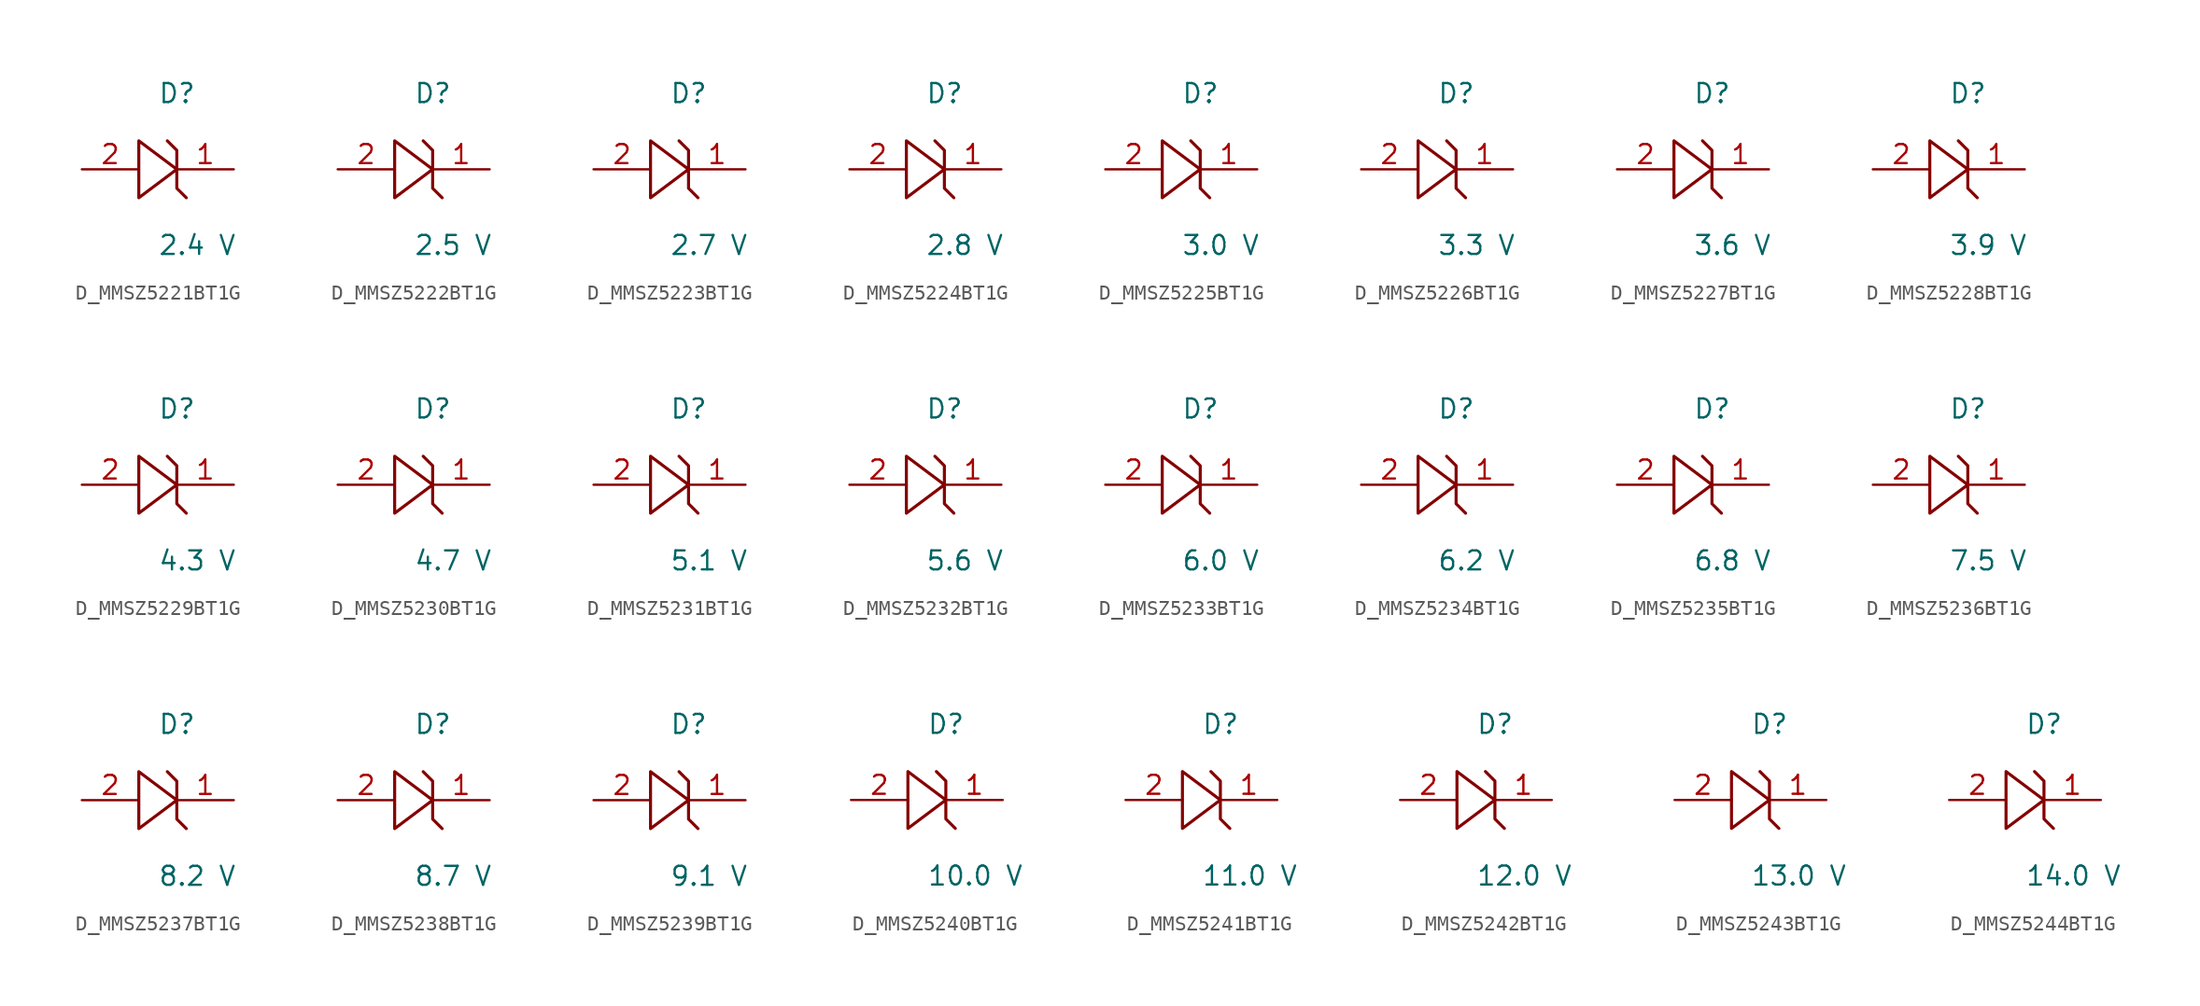
<source format=kicad_sym>
(kicad_symbol_lib
  (version 20231120)
  (generator kicad_symbol_editor)
  (generator_version 8.0)
  (symbol "D_MMSZ5221BT1G"
    (pin_names
      (offset 0.254))
    (property "Reference" "D"
      (at 0.0 5.08 0)
      (effects (font (size 1.27 1.27)) (justify left)))
    (property "Value" "2.4 V"
      (at 0.0 -5.08 0)
      (effects (font (size 1.27 1.27)) (justify left)))
    (symbol "D_MMSZ5221BT1G_1_0"
      (polyline (pts (xy 0.635 1.905) (xy 1.27 1.27) (xy 1.27 0) (xy -1.27 1.905) (xy -1.27 -1.905) (xy 1.27 0) (xy 1.27 -1.27) (xy 1.905 -1.905)) (stroke (width 0.203) (type default)) (fill (type none)))
      (pin unspecified line (at 5.08 0 180) (length 3.81) (name "" (effects (font (size 1.27 1.27)))) (number "1" (effects (font (size 1.27 1.27)))))
      (pin unspecified line (at -5.08 0 0) (length 3.81) (name "" (effects (font (size 1.27 1.27)))) (number "2" (effects (font (size 1.27 1.27)))))))
  (symbol "D_MMSZ5222BT1G"
    (pin_names
      (offset 0.254))
    (property "Reference" "D"
      (at 0.0 5.08 0)
      (effects (font (size 1.27 1.27)) (justify left)))
    (property "Value" "2.5 V"
      (at 0.0 -5.08 0)
      (effects (font (size 1.27 1.27)) (justify left)))
    (symbol "D_MMSZ5222BT1G_1_0"
      (polyline (pts (xy 0.635 1.905) (xy 1.27 1.27) (xy 1.27 0) (xy -1.27 1.905) (xy -1.27 -1.905) (xy 1.27 0) (xy 1.27 -1.27) (xy 1.905 -1.905)) (stroke (width 0.203) (type default)) (fill (type none)))
      (pin unspecified line (at 5.08 0 180) (length 3.81) (name "" (effects (font (size 1.27 1.27)))) (number "1" (effects (font (size 1.27 1.27)))))
      (pin unspecified line (at -5.08 0 0) (length 3.81) (name "" (effects (font (size 1.27 1.27)))) (number "2" (effects (font (size 1.27 1.27)))))))
  (symbol "D_MMSZ5223BT1G"
    (pin_names
      (offset 0.254))
    (property "Reference" "D"
      (at 0.0 5.08 0)
      (effects (font (size 1.27 1.27)) (justify left)))
    (property "Value" "2.7 V"
      (at 0.0 -5.08 0)
      (effects (font (size 1.27 1.27)) (justify left)))
    (symbol "D_MMSZ5223BT1G_1_0"
      (polyline (pts (xy 0.635 1.905) (xy 1.27 1.27) (xy 1.27 0) (xy -1.27 1.905) (xy -1.27 -1.905) (xy 1.27 0) (xy 1.27 -1.27) (xy 1.905 -1.905)) (stroke (width 0.203) (type default)) (fill (type none)))
      (pin unspecified line (at 5.08 0 180) (length 3.81) (name "" (effects (font (size 1.27 1.27)))) (number "1" (effects (font (size 1.27 1.27)))))
      (pin unspecified line (at -5.08 0 0) (length 3.81) (name "" (effects (font (size 1.27 1.27)))) (number "2" (effects (font (size 1.27 1.27)))))))
  (symbol "D_MMSZ5224BT1G"
    (pin_names
      (offset 0.254))
    (property "Reference" "D"
      (at 0.0 5.08 0)
      (effects (font (size 1.27 1.27)) (justify left)))
    (property "Value" "2.8 V"
      (at 0.0 -5.08 0)
      (effects (font (size 1.27 1.27)) (justify left)))
    (symbol "D_MMSZ5224BT1G_1_0"
      (polyline (pts (xy 0.635 1.905) (xy 1.27 1.27) (xy 1.27 0) (xy -1.27 1.905) (xy -1.27 -1.905) (xy 1.27 0) (xy 1.27 -1.27) (xy 1.905 -1.905)) (stroke (width 0.203) (type default)) (fill (type none)))
      (pin unspecified line (at 5.08 0 180) (length 3.81) (name "" (effects (font (size 1.27 1.27)))) (number "1" (effects (font (size 1.27 1.27)))))
      (pin unspecified line (at -5.08 0 0) (length 3.81) (name "" (effects (font (size 1.27 1.27)))) (number "2" (effects (font (size 1.27 1.27)))))))
  (symbol "D_MMSZ5225BT1G"
    (pin_names
      (offset 0.254))
    (property "Reference" "D"
      (at 0.0 5.08 0)
      (effects (font (size 1.27 1.27)) (justify left)))
    (property "Value" "3.0 V"
      (at 0.0 -5.08 0)
      (effects (font (size 1.27 1.27)) (justify left)))
    (symbol "D_MMSZ5225BT1G_1_0"
      (polyline (pts (xy 0.635 1.905) (xy 1.27 1.27) (xy 1.27 0) (xy -1.27 1.905) (xy -1.27 -1.905) (xy 1.27 0) (xy 1.27 -1.27) (xy 1.905 -1.905)) (stroke (width 0.203) (type default)) (fill (type none)))
      (pin unspecified line (at 5.08 0 180) (length 3.81) (name "" (effects (font (size 1.27 1.27)))) (number "1" (effects (font (size 1.27 1.27)))))
      (pin unspecified line (at -5.08 0 0) (length 3.81) (name "" (effects (font (size 1.27 1.27)))) (number "2" (effects (font (size 1.27 1.27)))))))
  (symbol "D_MMSZ5226BT1G"
    (pin_names
      (offset 0.254))
    (property "Reference" "D"
      (at 0.0 5.08 0)
      (effects (font (size 1.27 1.27)) (justify left)))
    (property "Value" "3.3 V"
      (at 0.0 -5.08 0)
      (effects (font (size 1.27 1.27)) (justify left)))
    (symbol "D_MMSZ5226BT1G_1_0"
      (polyline (pts (xy 0.635 1.905) (xy 1.27 1.27) (xy 1.27 0) (xy -1.27 1.905) (xy -1.27 -1.905) (xy 1.27 0) (xy 1.27 -1.27) (xy 1.905 -1.905)) (stroke (width 0.203) (type default)) (fill (type none)))
      (pin unspecified line (at 5.08 0 180) (length 3.81) (name "" (effects (font (size 1.27 1.27)))) (number "1" (effects (font (size 1.27 1.27)))))
      (pin unspecified line (at -5.08 0 0) (length 3.81) (name "" (effects (font (size 1.27 1.27)))) (number "2" (effects (font (size 1.27 1.27)))))))
  (symbol "D_MMSZ5227BT1G"
    (pin_names
      (offset 0.254))
    (property "Reference" "D"
      (at 0.0 5.08 0)
      (effects (font (size 1.27 1.27)) (justify left)))
    (property "Value" "3.6 V"
      (at 0.0 -5.08 0)
      (effects (font (size 1.27 1.27)) (justify left)))
    (symbol "D_MMSZ5227BT1G_1_0"
      (polyline (pts (xy 0.635 1.905) (xy 1.27 1.27) (xy 1.27 0) (xy -1.27 1.905) (xy -1.27 -1.905) (xy 1.27 0) (xy 1.27 -1.27) (xy 1.905 -1.905)) (stroke (width 0.203) (type default)) (fill (type none)))
      (pin unspecified line (at 5.08 0 180) (length 3.81) (name "" (effects (font (size 1.27 1.27)))) (number "1" (effects (font (size 1.27 1.27)))))
      (pin unspecified line (at -5.08 0 0) (length 3.81) (name "" (effects (font (size 1.27 1.27)))) (number "2" (effects (font (size 1.27 1.27)))))))
  (symbol "D_MMSZ5228BT1G"
    (pin_names
      (offset 0.254))
    (property "Reference" "D"
      (at 0.0 5.08 0)
      (effects (font (size 1.27 1.27)) (justify left)))
    (property "Value" "3.9 V"
      (at 0.0 -5.08 0)
      (effects (font (size 1.27 1.27)) (justify left)))
    (symbol "D_MMSZ5228BT1G_1_0"
      (polyline (pts (xy 0.635 1.905) (xy 1.27 1.27) (xy 1.27 0) (xy -1.27 1.905) (xy -1.27 -1.905) (xy 1.27 0) (xy 1.27 -1.27) (xy 1.905 -1.905)) (stroke (width 0.203) (type default)) (fill (type none)))
      (pin unspecified line (at 5.08 0 180) (length 3.81) (name "" (effects (font (size 1.27 1.27)))) (number "1" (effects (font (size 1.27 1.27)))))
      (pin unspecified line (at -5.08 0 0) (length 3.81) (name "" (effects (font (size 1.27 1.27)))) (number "2" (effects (font (size 1.27 1.27)))))))
  (symbol "D_MMSZ5229BT1G"
    (pin_names
      (offset 0.254))
    (property "Reference" "D"
      (at 0.0 5.08 0)
      (effects (font (size 1.27 1.27)) (justify left)))
    (property "Value" "4.3 V"
      (at 0.0 -5.08 0)
      (effects (font (size 1.27 1.27)) (justify left)))
    (symbol "D_MMSZ5229BT1G_1_0"
      (polyline (pts (xy 0.635 1.905) (xy 1.27 1.27) (xy 1.27 0) (xy -1.27 1.905) (xy -1.27 -1.905) (xy 1.27 0) (xy 1.27 -1.27) (xy 1.905 -1.905)) (stroke (width 0.203) (type default)) (fill (type none)))
      (pin unspecified line (at 5.08 0 180) (length 3.81) (name "" (effects (font (size 1.27 1.27)))) (number "1" (effects (font (size 1.27 1.27)))))
      (pin unspecified line (at -5.08 0 0) (length 3.81) (name "" (effects (font (size 1.27 1.27)))) (number "2" (effects (font (size 1.27 1.27)))))))
  (symbol "D_MMSZ5230BT1G"
    (pin_names
      (offset 0.254))
    (property "Reference" "D"
      (at 0.0 5.08 0)
      (effects (font (size 1.27 1.27)) (justify left)))
    (property "Value" "4.7 V"
      (at 0.0 -5.08 0)
      (effects (font (size 1.27 1.27)) (justify left)))
    (symbol "D_MMSZ5230BT1G_1_0"
      (polyline (pts (xy 0.635 1.905) (xy 1.27 1.27) (xy 1.27 0) (xy -1.27 1.905) (xy -1.27 -1.905) (xy 1.27 0) (xy 1.27 -1.27) (xy 1.905 -1.905)) (stroke (width 0.203) (type default)) (fill (type none)))
      (pin unspecified line (at 5.08 0 180) (length 3.81) (name "" (effects (font (size 1.27 1.27)))) (number "1" (effects (font (size 1.27 1.27)))))
      (pin unspecified line (at -5.08 0 0) (length 3.81) (name "" (effects (font (size 1.27 1.27)))) (number "2" (effects (font (size 1.27 1.27)))))))
  (symbol "D_MMSZ5231BT1G"
    (pin_names
      (offset 0.254))
    (property "Reference" "D"
      (at 0.0 5.08 0)
      (effects (font (size 1.27 1.27)) (justify left)))
    (property "Value" "5.1 V"
      (at 0.0 -5.08 0)
      (effects (font (size 1.27 1.27)) (justify left)))
    (symbol "D_MMSZ5231BT1G_1_0"
      (polyline (pts (xy 0.635 1.905) (xy 1.27 1.27) (xy 1.27 0) (xy -1.27 1.905) (xy -1.27 -1.905) (xy 1.27 0) (xy 1.27 -1.27) (xy 1.905 -1.905)) (stroke (width 0.203) (type default)) (fill (type none)))
      (pin unspecified line (at 5.08 0 180) (length 3.81) (name "" (effects (font (size 1.27 1.27)))) (number "1" (effects (font (size 1.27 1.27)))))
      (pin unspecified line (at -5.08 0 0) (length 3.81) (name "" (effects (font (size 1.27 1.27)))) (number "2" (effects (font (size 1.27 1.27)))))))
  (symbol "D_MMSZ5232BT1G"
    (pin_names
      (offset 0.254))
    (property "Reference" "D"
      (at 0.0 5.08 0)
      (effects (font (size 1.27 1.27)) (justify left)))
    (property "Value" "5.6 V"
      (at 0.0 -5.08 0)
      (effects (font (size 1.27 1.27)) (justify left)))
    (symbol "D_MMSZ5232BT1G_1_0"
      (polyline (pts (xy 0.635 1.905) (xy 1.27 1.27) (xy 1.27 0) (xy -1.27 1.905) (xy -1.27 -1.905) (xy 1.27 0) (xy 1.27 -1.27) (xy 1.905 -1.905)) (stroke (width 0.203) (type default)) (fill (type none)))
      (pin unspecified line (at 5.08 0 180) (length 3.81) (name "" (effects (font (size 1.27 1.27)))) (number "1" (effects (font (size 1.27 1.27)))))
      (pin unspecified line (at -5.08 0 0) (length 3.81) (name "" (effects (font (size 1.27 1.27)))) (number "2" (effects (font (size 1.27 1.27)))))))
  (symbol "D_MMSZ5233BT1G"
    (pin_names
      (offset 0.254))
    (property "Reference" "D"
      (at 0.0 5.08 0)
      (effects (font (size 1.27 1.27)) (justify left)))
    (property "Value" "6.0 V"
      (at 0.0 -5.08 0)
      (effects (font (size 1.27 1.27)) (justify left)))
    (symbol "D_MMSZ5233BT1G_1_0"
      (polyline (pts (xy 0.635 1.905) (xy 1.27 1.27) (xy 1.27 0) (xy -1.27 1.905) (xy -1.27 -1.905) (xy 1.27 0) (xy 1.27 -1.27) (xy 1.905 -1.905)) (stroke (width 0.203) (type default)) (fill (type none)))
      (pin unspecified line (at 5.08 0 180) (length 3.81) (name "" (effects (font (size 1.27 1.27)))) (number "1" (effects (font (size 1.27 1.27)))))
      (pin unspecified line (at -5.08 0 0) (length 3.81) (name "" (effects (font (size 1.27 1.27)))) (number "2" (effects (font (size 1.27 1.27)))))))
  (symbol "D_MMSZ5234BT1G"
    (pin_names
      (offset 0.254))
    (property "Reference" "D"
      (at 0.0 5.08 0)
      (effects (font (size 1.27 1.27)) (justify left)))
    (property "Value" "6.2 V"
      (at 0.0 -5.08 0)
      (effects (font (size 1.27 1.27)) (justify left)))
    (symbol "D_MMSZ5234BT1G_1_0"
      (polyline (pts (xy 0.635 1.905) (xy 1.27 1.27) (xy 1.27 0) (xy -1.27 1.905) (xy -1.27 -1.905) (xy 1.27 0) (xy 1.27 -1.27) (xy 1.905 -1.905)) (stroke (width 0.203) (type default)) (fill (type none)))
      (pin unspecified line (at 5.08 0 180) (length 3.81) (name "" (effects (font (size 1.27 1.27)))) (number "1" (effects (font (size 1.27 1.27)))))
      (pin unspecified line (at -5.08 0 0) (length 3.81) (name "" (effects (font (size 1.27 1.27)))) (number "2" (effects (font (size 1.27 1.27)))))))
  (symbol "D_MMSZ5235BT1G"
    (pin_names
      (offset 0.254))
    (property "Reference" "D"
      (at 0.0 5.08 0)
      (effects (font (size 1.27 1.27)) (justify left)))
    (property "Value" "6.8 V"
      (at 0.0 -5.08 0)
      (effects (font (size 1.27 1.27)) (justify left)))
    (symbol "D_MMSZ5235BT1G_1_0"
      (polyline (pts (xy 0.635 1.905) (xy 1.27 1.27) (xy 1.27 0) (xy -1.27 1.905) (xy -1.27 -1.905) (xy 1.27 0) (xy 1.27 -1.27) (xy 1.905 -1.905)) (stroke (width 0.203) (type default)) (fill (type none)))
      (pin unspecified line (at 5.08 0 180) (length 3.81) (name "" (effects (font (size 1.27 1.27)))) (number "1" (effects (font (size 1.27 1.27)))))
      (pin unspecified line (at -5.08 0 0) (length 3.81) (name "" (effects (font (size 1.27 1.27)))) (number "2" (effects (font (size 1.27 1.27)))))))
  (symbol "D_MMSZ5236BT1G"
    (pin_names
      (offset 0.254))
    (property "Reference" "D"
      (at 0.0 5.08 0)
      (effects (font (size 1.27 1.27)) (justify left)))
    (property "Value" "7.5 V"
      (at 0.0 -5.08 0)
      (effects (font (size 1.27 1.27)) (justify left)))
    (symbol "D_MMSZ5236BT1G_1_0"
      (polyline (pts (xy 0.635 1.905) (xy 1.27 1.27) (xy 1.27 0) (xy -1.27 1.905) (xy -1.27 -1.905) (xy 1.27 0) (xy 1.27 -1.27) (xy 1.905 -1.905)) (stroke (width 0.203) (type default)) (fill (type none)))
      (pin unspecified line (at 5.08 0 180) (length 3.81) (name "" (effects (font (size 1.27 1.27)))) (number "1" (effects (font (size 1.27 1.27)))))
      (pin unspecified line (at -5.08 0 0) (length 3.81) (name "" (effects (font (size 1.27 1.27)))) (number "2" (effects (font (size 1.27 1.27)))))))
  (symbol "D_MMSZ5237BT1G"
    (pin_names
      (offset 0.254))
    (property "Reference" "D"
      (at 0.0 5.08 0)
      (effects (font (size 1.27 1.27)) (justify left)))
    (property "Value" "8.2 V"
      (at 0.0 -5.08 0)
      (effects (font (size 1.27 1.27)) (justify left)))
    (symbol "D_MMSZ5237BT1G_1_0"
      (polyline (pts (xy 0.635 1.905) (xy 1.27 1.27) (xy 1.27 0) (xy -1.27 1.905) (xy -1.27 -1.905) (xy 1.27 0) (xy 1.27 -1.27) (xy 1.905 -1.905)) (stroke (width 0.203) (type default)) (fill (type none)))
      (pin unspecified line (at 5.08 0 180) (length 3.81) (name "" (effects (font (size 1.27 1.27)))) (number "1" (effects (font (size 1.27 1.27)))))
      (pin unspecified line (at -5.08 0 0) (length 3.81) (name "" (effects (font (size 1.27 1.27)))) (number "2" (effects (font (size 1.27 1.27)))))))
  (symbol "D_MMSZ5238BT1G"
    (pin_names
      (offset 0.254))
    (property "Reference" "D"
      (at 0.0 5.08 0)
      (effects (font (size 1.27 1.27)) (justify left)))
    (property "Value" "8.7 V"
      (at 0.0 -5.08 0)
      (effects (font (size 1.27 1.27)) (justify left)))
    (symbol "D_MMSZ5238BT1G_1_0"
      (polyline (pts (xy 0.635 1.905) (xy 1.27 1.27) (xy 1.27 0) (xy -1.27 1.905) (xy -1.27 -1.905) (xy 1.27 0) (xy 1.27 -1.27) (xy 1.905 -1.905)) (stroke (width 0.203) (type default)) (fill (type none)))
      (pin unspecified line (at 5.08 0 180) (length 3.81) (name "" (effects (font (size 1.27 1.27)))) (number "1" (effects (font (size 1.27 1.27)))))
      (pin unspecified line (at -5.08 0 0) (length 3.81) (name "" (effects (font (size 1.27 1.27)))) (number "2" (effects (font (size 1.27 1.27)))))))
  (symbol "D_MMSZ5239BT1G"
    (pin_names
      (offset 0.254))
    (property "Reference" "D"
      (at 0.0 5.08 0)
      (effects (font (size 1.27 1.27)) (justify left)))
    (property "Value" "9.1 V"
      (at 0.0 -5.08 0)
      (effects (font (size 1.27 1.27)) (justify left)))
    (symbol "D_MMSZ5239BT1G_1_0"
      (polyline (pts (xy 0.635 1.905) (xy 1.27 1.27) (xy 1.27 0) (xy -1.27 1.905) (xy -1.27 -1.905) (xy 1.27 0) (xy 1.27 -1.27) (xy 1.905 -1.905)) (stroke (width 0.203) (type default)) (fill (type none)))
      (pin unspecified line (at 5.08 0 180) (length 3.81) (name "" (effects (font (size 1.27 1.27)))) (number "1" (effects (font (size 1.27 1.27)))))
      (pin unspecified line (at -5.08 0 0) (length 3.81) (name "" (effects (font (size 1.27 1.27)))) (number "2" (effects (font (size 1.27 1.27)))))))
  (symbol "D_MMSZ5240BT1G"
    (pin_names
      (offset 0.254))
    (property "Reference" "D"
      (at 0.0 5.08 0)
      (effects (font (size 1.27 1.27)) (justify left)))
    (property "Value" "10.0 V"
      (at 0.0 -5.08 0)
      (effects (font (size 1.27 1.27)) (justify left)))
    (symbol "D_MMSZ5240BT1G_1_0"
      (polyline (pts (xy 0.635 1.905) (xy 1.27 1.27) (xy 1.27 0) (xy -1.27 1.905) (xy -1.27 -1.905) (xy 1.27 0) (xy 1.27 -1.27) (xy 1.905 -1.905)) (stroke (width 0.203) (type default)) (fill (type none)))
      (pin unspecified line (at 5.08 0 180) (length 3.81) (name "" (effects (font (size 1.27 1.27)))) (number "1" (effects (font (size 1.27 1.27)))))
      (pin unspecified line (at -5.08 0 0) (length 3.81) (name "" (effects (font (size 1.27 1.27)))) (number "2" (effects (font (size 1.27 1.27)))))))
  (symbol "D_MMSZ5241BT1G"
    (pin_names
      (offset 0.254))
    (property "Reference" "D"
      (at 0.0 5.08 0)
      (effects (font (size 1.27 1.27)) (justify left)))
    (property "Value" "11.0 V"
      (at 0.0 -5.08 0)
      (effects (font (size 1.27 1.27)) (justify left)))
    (symbol "D_MMSZ5241BT1G_1_0"
      (polyline (pts (xy 0.635 1.905) (xy 1.27 1.27) (xy 1.27 0) (xy -1.27 1.905) (xy -1.27 -1.905) (xy 1.27 0) (xy 1.27 -1.27) (xy 1.905 -1.905)) (stroke (width 0.203) (type default)) (fill (type none)))
      (pin unspecified line (at 5.08 0 180) (length 3.81) (name "" (effects (font (size 1.27 1.27)))) (number "1" (effects (font (size 1.27 1.27)))))
      (pin unspecified line (at -5.08 0 0) (length 3.81) (name "" (effects (font (size 1.27 1.27)))) (number "2" (effects (font (size 1.27 1.27)))))))
  (symbol "D_MMSZ5242BT1G"
    (pin_names
      (offset 0.254))
    (property "Reference" "D"
      (at 0.0 5.08 0)
      (effects (font (size 1.27 1.27)) (justify left)))
    (property "Value" "12.0 V"
      (at 0.0 -5.08 0)
      (effects (font (size 1.27 1.27)) (justify left)))
    (symbol "D_MMSZ5242BT1G_1_0"
      (polyline (pts (xy 0.635 1.905) (xy 1.27 1.27) (xy 1.27 0) (xy -1.27 1.905) (xy -1.27 -1.905) (xy 1.27 0) (xy 1.27 -1.27) (xy 1.905 -1.905)) (stroke (width 0.203) (type default)) (fill (type none)))
      (pin unspecified line (at 5.08 0 180) (length 3.81) (name "" (effects (font (size 1.27 1.27)))) (number "1" (effects (font (size 1.27 1.27)))))
      (pin unspecified line (at -5.08 0 0) (length 3.81) (name "" (effects (font (size 1.27 1.27)))) (number "2" (effects (font (size 1.27 1.27)))))))
  (symbol "D_MMSZ5243BT1G"
    (pin_names
      (offset 0.254))
    (property "Reference" "D"
      (at 0.0 5.08 0)
      (effects (font (size 1.27 1.27)) (justify left)))
    (property "Value" "13.0 V"
      (at 0.0 -5.08 0)
      (effects (font (size 1.27 1.27)) (justify left)))
    (symbol "D_MMSZ5243BT1G_1_0"
      (polyline (pts (xy 0.635 1.905) (xy 1.27 1.27) (xy 1.27 0) (xy -1.27 1.905) (xy -1.27 -1.905) (xy 1.27 0) (xy 1.27 -1.27) (xy 1.905 -1.905)) (stroke (width 0.203) (type default)) (fill (type none)))
      (pin unspecified line (at 5.08 0 180) (length 3.81) (name "" (effects (font (size 1.27 1.27)))) (number "1" (effects (font (size 1.27 1.27)))))
      (pin unspecified line (at -5.08 0 0) (length 3.81) (name "" (effects (font (size 1.27 1.27)))) (number "2" (effects (font (size 1.27 1.27)))))))
  (symbol "D_MMSZ5244BT1G"
    (pin_names
      (offset 0.254))
    (property "Reference" "D"
      (at 0.0 5.08 0)
      (effects (font (size 1.27 1.27)) (justify left)))
    (property "Value" "14.0 V"
      (at 0.0 -5.08 0)
      (effects (font (size 1.27 1.27)) (justify left)))
    (symbol "D_MMSZ5244BT1G_1_0"
      (polyline (pts (xy 0.635 1.905) (xy 1.27 1.27) (xy 1.27 0) (xy -1.27 1.905) (xy -1.27 -1.905) (xy 1.27 0) (xy 1.27 -1.27) (xy 1.905 -1.905)) (stroke (width 0.203) (type default)) (fill (type none)))
      (pin unspecified line (at 5.08 0 180) (length 3.81) (name "" (effects (font (size 1.27 1.27)))) (number "1" (effects (font (size 1.27 1.27)))))
      (pin unspecified line (at -5.08 0 0) (length 3.81) (name "" (effects (font (size 1.27 1.27)))) (number "2" (effects (font (size 1.27 1.27))))))))
</source>
